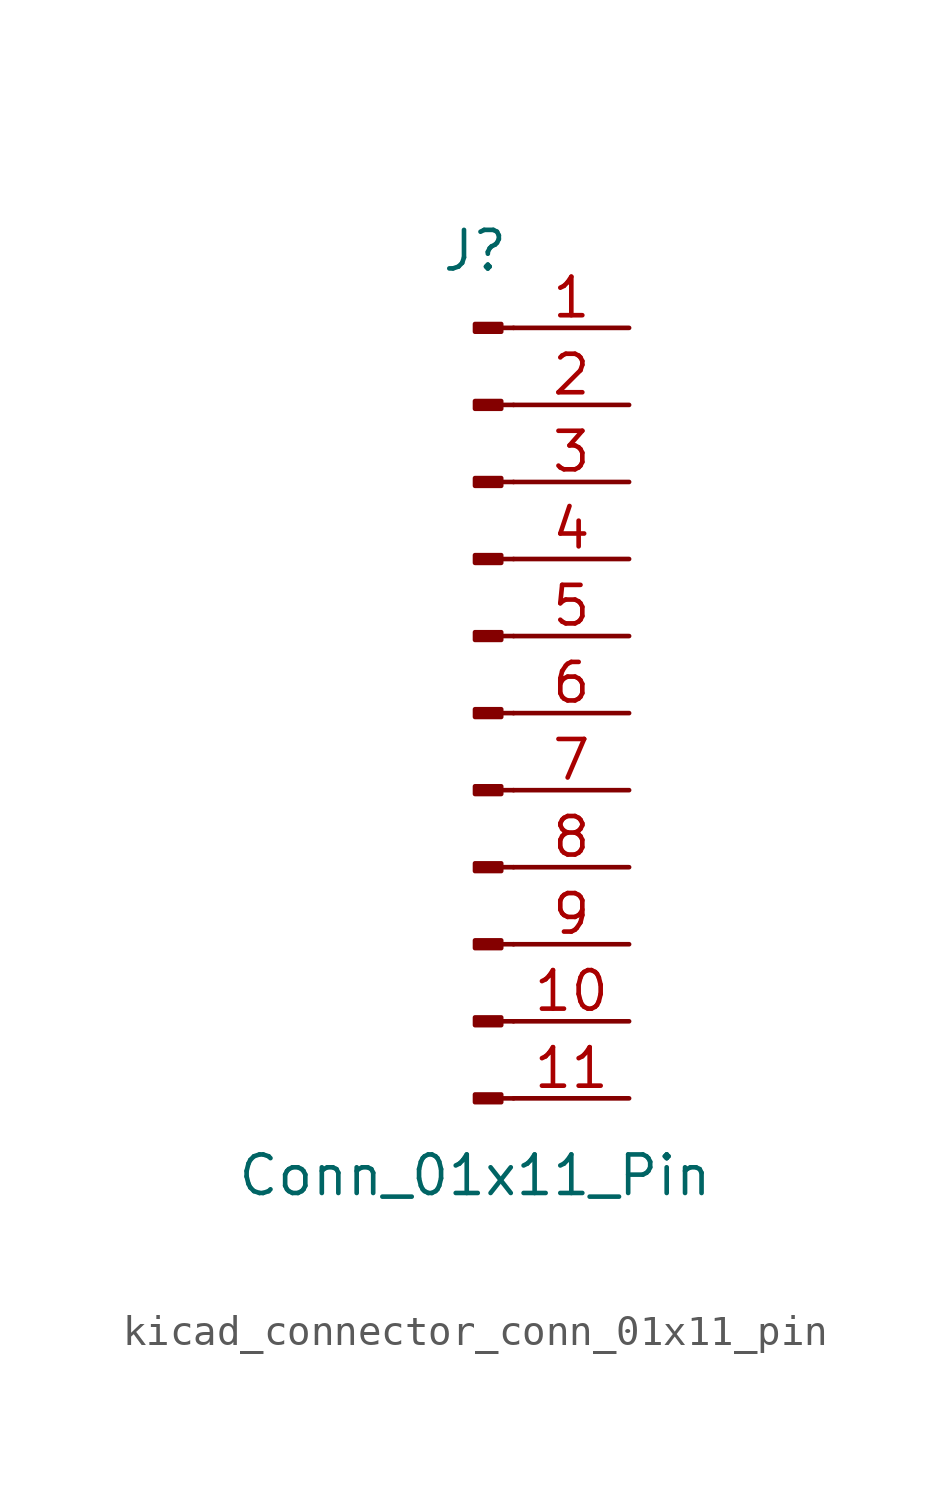
<source format=kicad_sym>
(kicad_symbol_lib
  (version 20220914)
  (generator kicad_symbol_editor)
  (symbol "kicad_connector_conn_01x11_pin"
    (pin_names
      (offset 1.016) hide)
    (property "Reference" "J"
      (at 0 15.24 0)
      (effects (font (size 1.27 1.27))))
    (property "Value" "Conn_01x11_Pin"
      (at 0 -15.24 0)
      (effects (font (size 1.27 1.27))))
    (property "ki_locked" ""
      (at 0 0 0)
      (effects (font (size 1.27 1.27))))
    (symbol "kicad_connector_conn_01x11_pin_1_1"
      (polyline (pts (xy 1.27 -12.7) (xy 0.864 -12.7)) (stroke (width 0.152) (type default)) (fill (type none)))
      (polyline (pts (xy 1.27 -10.16) (xy 0.864 -10.16)) (stroke (width 0.152) (type default)) (fill (type none)))
      (polyline (pts (xy 1.27 -7.62) (xy 0.864 -7.62)) (stroke (width 0.152) (type default)) (fill (type none)))
      (polyline (pts (xy 1.27 -5.08) (xy 0.864 -5.08)) (stroke (width 0.152) (type default)) (fill (type none)))
      (polyline (pts (xy 1.27 -2.54) (xy 0.864 -2.54)) (stroke (width 0.152) (type default)) (fill (type none)))
      (polyline (pts (xy 1.27 0) (xy 0.864 0)) (stroke (width 0.152) (type default)) (fill (type none)))
      (polyline (pts (xy 1.27 2.54) (xy 0.864 2.54)) (stroke (width 0.152) (type default)) (fill (type none)))
      (polyline (pts (xy 1.27 5.08) (xy 0.864 5.08)) (stroke (width 0.152) (type default)) (fill (type none)))
      (polyline (pts (xy 1.27 7.62) (xy 0.864 7.62)) (stroke (width 0.152) (type default)) (fill (type none)))
      (polyline (pts (xy 1.27 10.16) (xy 0.864 10.16)) (stroke (width 0.152) (type default)) (fill (type none)))
      (polyline (pts (xy 1.27 12.7) (xy 0.864 12.7)) (stroke (width 0.152) (type default)) (fill (type none)))
      (rectangle (start 0.864 -12.573) (end 0 -12.827) (stroke (width 0.152) (type default)) (fill (type outline)))
      (rectangle (start 0.864 -10.033) (end 0 -10.287) (stroke (width 0.152) (type default)) (fill (type outline)))
      (rectangle (start 0.864 -7.493) (end 0 -7.747) (stroke (width 0.152) (type default)) (fill (type outline)))
      (rectangle (start 0.864 -4.953) (end 0 -5.207) (stroke (width 0.152) (type default)) (fill (type outline)))
      (rectangle (start 0.864 -2.413) (end 0 -2.667) (stroke (width 0.152) (type default)) (fill (type outline)))
      (rectangle (start 0.864 0.127) (end 0 -0.127) (stroke (width 0.152) (type default)) (fill (type outline)))
      (rectangle (start 0.864 2.667) (end 0 2.413) (stroke (width 0.152) (type default)) (fill (type outline)))
      (rectangle (start 0.864 5.207) (end 0 4.953) (stroke (width 0.152) (type default)) (fill (type outline)))
      (rectangle (start 0.864 7.747) (end 0 7.493) (stroke (width 0.152) (type default)) (fill (type outline)))
      (rectangle (start 0.864 10.287) (end 0 10.033) (stroke (width 0.152) (type default)) (fill (type outline)))
      (rectangle (start 0.864 12.827) (end 0 12.573) (stroke (width 0.152) (type default)) (fill (type outline)))
      (pin passive line (at 5.08 12.7 180) (length 3.81) (name "Pin_1" (effects (font (size 1.27 1.27)))) (number "1" (effects (font (size 1.27 1.27)))))
      (pin passive line (at 5.08 -10.16 180) (length 3.81) (name "Pin_10" (effects (font (size 1.27 1.27)))) (number "10" (effects (font (size 1.27 1.27)))))
      (pin passive line (at 5.08 -12.7 180) (length 3.81) (name "Pin_11" (effects (font (size 1.27 1.27)))) (number "11" (effects (font (size 1.27 1.27)))))
      (pin passive line (at 5.08 10.16 180) (length 3.81) (name "Pin_2" (effects (font (size 1.27 1.27)))) (number "2" (effects (font (size 1.27 1.27)))))
      (pin passive line (at 5.08 7.62 180) (length 3.81) (name "Pin_3" (effects (font (size 1.27 1.27)))) (number "3" (effects (font (size 1.27 1.27)))))
      (pin passive line (at 5.08 5.08 180) (length 3.81) (name "Pin_4" (effects (font (size 1.27 1.27)))) (number "4" (effects (font (size 1.27 1.27)))))
      (pin passive line (at 5.08 2.54 180) (length 3.81) (name "Pin_5" (effects (font (size 1.27 1.27)))) (number "5" (effects (font (size 1.27 1.27)))))
      (pin passive line (at 5.08 0 180) (length 3.81) (name "Pin_6" (effects (font (size 1.27 1.27)))) (number "6" (effects (font (size 1.27 1.27)))))
      (pin passive line (at 5.08 -2.54 180) (length 3.81) (name "Pin_7" (effects (font (size 1.27 1.27)))) (number "7" (effects (font (size 1.27 1.27)))))
      (pin passive line (at 5.08 -5.08 180) (length 3.81) (name "Pin_8" (effects (font (size 1.27 1.27)))) (number "8" (effects (font (size 1.27 1.27)))))
      (pin passive line (at 5.08 -7.62 180) (length 3.81) (name "Pin_9" (effects (font (size 1.27 1.27)))) (number "9" (effects (font (size 1.27 1.27))))))))
</source>
